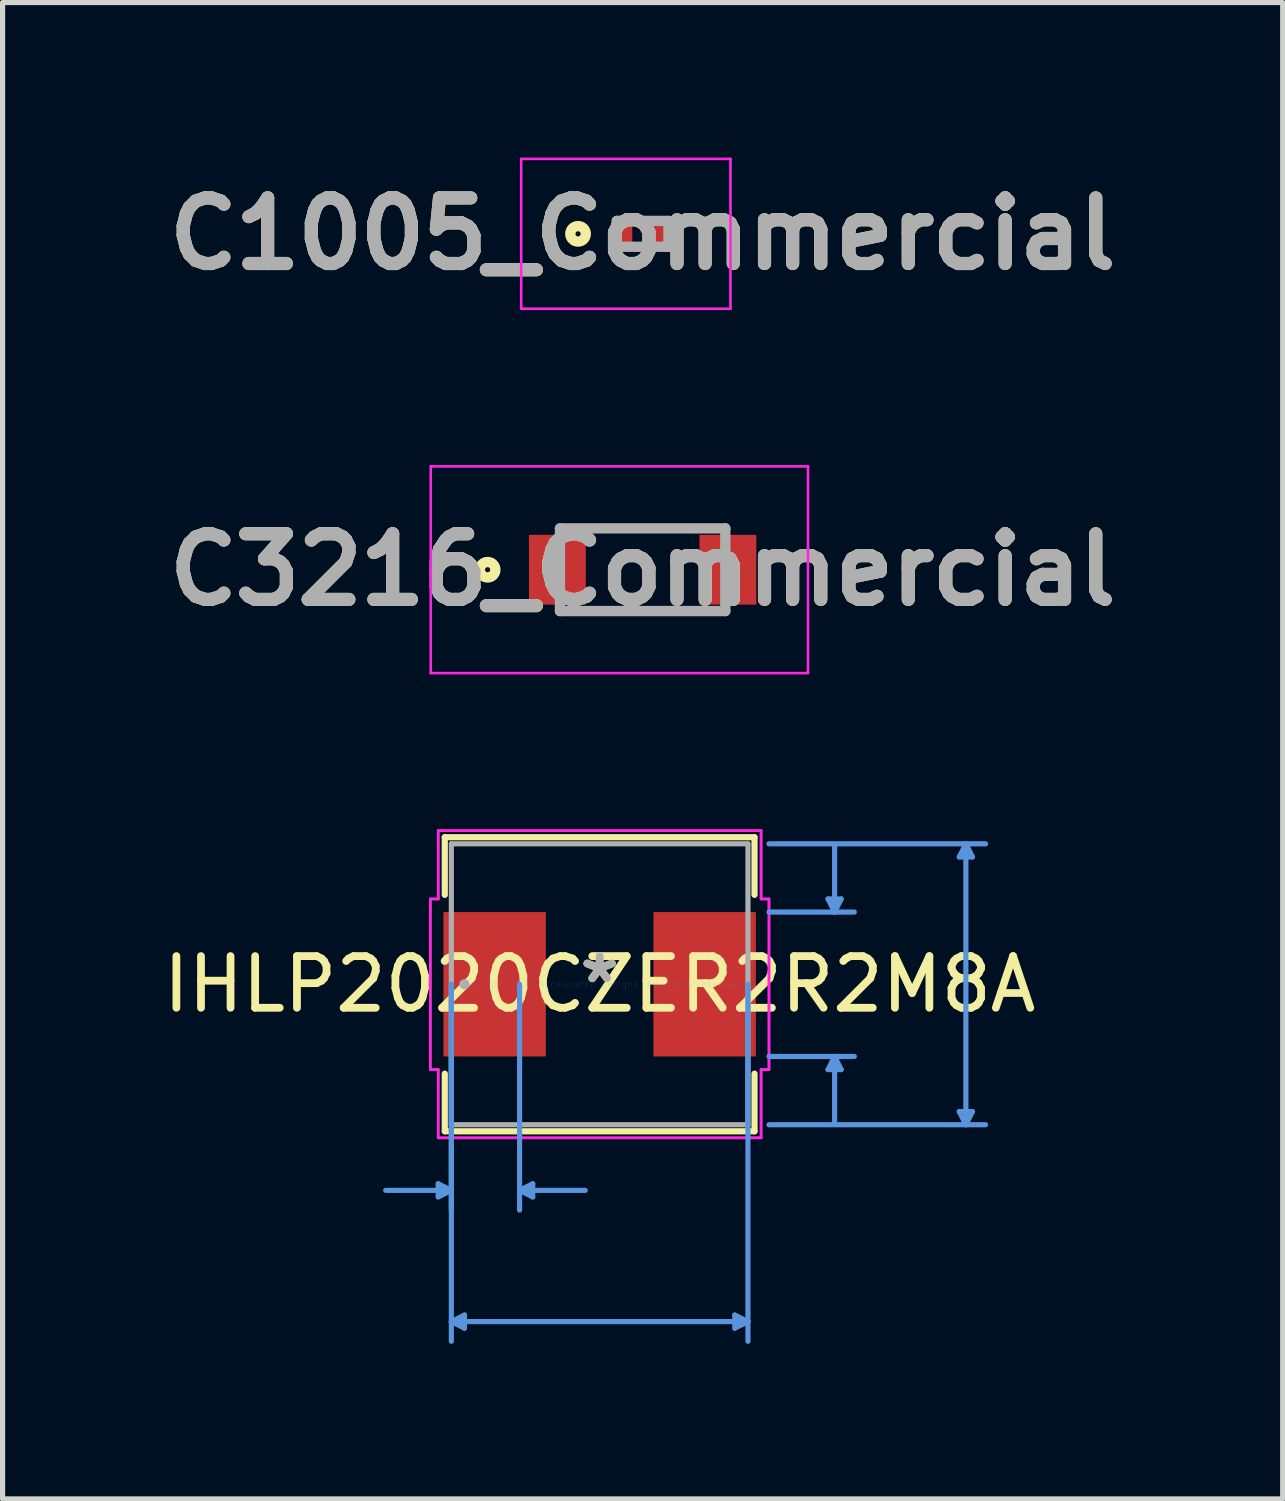
<source format=kicad_pcb>
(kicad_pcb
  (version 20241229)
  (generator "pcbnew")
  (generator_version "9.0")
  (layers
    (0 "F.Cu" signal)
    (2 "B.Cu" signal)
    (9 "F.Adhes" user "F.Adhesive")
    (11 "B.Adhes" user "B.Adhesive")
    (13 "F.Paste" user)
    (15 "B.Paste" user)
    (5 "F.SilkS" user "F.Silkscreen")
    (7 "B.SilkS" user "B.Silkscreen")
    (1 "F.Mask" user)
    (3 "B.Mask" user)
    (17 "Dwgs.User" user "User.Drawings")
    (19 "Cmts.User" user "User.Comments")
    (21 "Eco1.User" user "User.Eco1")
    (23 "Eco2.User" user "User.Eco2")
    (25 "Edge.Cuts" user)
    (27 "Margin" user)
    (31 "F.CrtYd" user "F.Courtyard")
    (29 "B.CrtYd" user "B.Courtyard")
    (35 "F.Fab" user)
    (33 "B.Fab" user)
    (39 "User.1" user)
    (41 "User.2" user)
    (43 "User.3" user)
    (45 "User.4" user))
  (footprint "C3216_Commercial"
    (layer "F.Cu")
    (at 9.386 7.975)
    (property "Reference" "C3216_Commercial" (at 0 0 0) (layer "F.SilkS") (effects (font (size 1.27 1.27) (thickness 0.254))))
    (attr smd)
    (fp_circle (center -3 0) (end -3 0.05) (stroke (width 0.2) (type solid)) (fill no) (layer "F.SilkS"))
    (fp_line (start -4.1 -2) (end 3.2 -2) (stroke (width 0.05) (type solid)) (layer "F.CrtYd"))
    (fp_line (start -4.1 2) (end -4.1 -2) (stroke (width 0.05) (type solid)) (layer "F.CrtYd"))
    (fp_line (start 3.2 -2) (end 3.2 2) (stroke (width 0.05) (type solid)) (layer "F.CrtYd"))
    (fp_line (start 3.2 2) (end -4.1 2) (stroke (width 0.05) (type solid)) (layer "F.CrtYd"))
    (fp_line (start -1.6 -0.8) (end 1.6 -0.8) (stroke (width 0.2) (type solid)) (layer "F.Fab"))
    (fp_line (start -1.6 0.8) (end -1.6 -0.8) (stroke (width 0.2) (type solid)) (layer "F.Fab"))
    (fp_line (start 1.6 -0.8) (end 1.6 0.8) (stroke (width 0.2) (type solid)) (layer "F.Fab"))
    (fp_line (start 1.6 0.8) (end -1.6 0.8) (stroke (width 0.2) (type solid)) (layer "F.Fab"))
    (fp_text user "${REFERENCE}" (at 0 0 0) (layer "F.Fab") (effects (font (size 1.27 1.27) (thickness 0.254))))
    (pad "1" smd rect (at -1.65 0) (size 1.1 1.35) (layers "F.Cu" "F.Mask" "F.Paste"))
    (pad "2" smd rect (at 1.65 0) (size 1.1 1.35) (layers "F.Cu" "F.Mask" "F.Paste")))
  (footprint "IHLP2020CZER2R2M8A"
    (layer "F.Cu")
    (at 8.554 15.997)
    (property "Reference" "IHLP2020CZER2R2M8A" (at 0 0 0) (layer "F.SilkS") (effects (font (size 1 1) (thickness 0.15))))
    (attr through_hole)
    (fp_line (start -2.997 -2.845) (end -2.997 -1.73) (stroke (width 0.12) (type solid)) (layer "F.SilkS"))
    (fp_line (start -2.997 1.73) (end -2.997 2.845) (stroke (width 0.12) (type solid)) (layer "F.SilkS"))
    (fp_line (start -2.997 2.845) (end 2.997 2.845) (stroke (width 0.12) (type solid)) (layer "F.SilkS"))
    (fp_line (start 2.997 -2.845) (end -2.997 -2.845) (stroke (width 0.12) (type solid)) (layer "F.SilkS"))
    (fp_line (start 2.997 -1.73) (end 2.997 -2.845) (stroke (width 0.12) (type solid)) (layer "F.SilkS"))
    (fp_line (start 2.997 2.845) (end 2.997 1.73) (stroke (width 0.12) (type solid)) (layer "F.SilkS"))
    (fp_line (start -3.124 3.861) (end -3.124 4.115) (stroke (width 0.1) (type solid)) (layer "Cmts.User"))
    (fp_line (start -2.87 0) (end -2.87 4.369) (stroke (width 0.1) (type solid)) (layer "Cmts.User"))
    (fp_line (start -2.87 0) (end -2.87 6.909) (stroke (width 0.1) (type solid)) (layer "Cmts.User"))
    (fp_line (start -2.87 3.988) (end -4.14 3.988) (stroke (width 0.1) (type solid)) (layer "Cmts.User"))
    (fp_line (start -2.87 3.988) (end -3.124 3.861) (stroke (width 0.1) (type solid)) (layer "Cmts.User"))
    (fp_line (start -2.87 3.988) (end -3.124 4.115) (stroke (width 0.1) (type solid)) (layer "Cmts.User"))
    (fp_line (start -2.87 6.528) (end -2.616 6.401) (stroke (width 0.1) (type solid)) (layer "Cmts.User"))
    (fp_line (start -2.87 6.528) (end -2.616 6.655) (stroke (width 0.1) (type solid)) (layer "Cmts.User"))
    (fp_line (start -2.87 6.528) (end 2.87 6.528) (stroke (width 0.1) (type solid)) (layer "Cmts.User"))
    (fp_line (start -2.616 6.401) (end -2.616 6.655) (stroke (width 0.1) (type solid)) (layer "Cmts.User"))
    (fp_line (start -1.549 0) (end -1.549 4.369) (stroke (width 0.1) (type solid)) (layer "Cmts.User"))
    (fp_line (start -1.549 3.988) (end -1.295 3.861) (stroke (width 0.1) (type solid)) (layer "Cmts.User"))
    (fp_line (start -1.549 3.988) (end -1.295 4.115) (stroke (width 0.1) (type solid)) (layer "Cmts.User"))
    (fp_line (start -1.549 3.988) (end -0.279 3.988) (stroke (width 0.1) (type solid)) (layer "Cmts.User"))
    (fp_line (start -1.295 3.861) (end -1.295 4.115) (stroke (width 0.1) (type solid)) (layer "Cmts.User"))
    (fp_line (start 2.616 6.401) (end 2.616 6.655) (stroke (width 0.1) (type solid)) (layer "Cmts.User"))
    (fp_line (start 2.87 0) (end 2.87 6.909) (stroke (width 0.1) (type solid)) (layer "Cmts.User"))
    (fp_line (start 2.87 6.528) (end 2.616 6.401) (stroke (width 0.1) (type solid)) (layer "Cmts.User"))
    (fp_line (start 2.87 6.528) (end 2.616 6.655) (stroke (width 0.1) (type solid)) (layer "Cmts.User"))
    (fp_line (start 3.277 -2.718) (end 7.468 -2.718) (stroke (width 0.1) (type solid)) (layer "Cmts.User"))
    (fp_line (start 3.277 -1.397) (end 4.928 -1.397) (stroke (width 0.1) (type solid)) (layer "Cmts.User"))
    (fp_line (start 3.277 1.397) (end 4.928 1.397) (stroke (width 0.1) (type solid)) (layer "Cmts.User"))
    (fp_line (start 3.277 2.718) (end 7.468 2.718) (stroke (width 0.1) (type solid)) (layer "Cmts.User"))
    (fp_line (start 4.42 -1.651) (end 4.674 -1.651) (stroke (width 0.1) (type solid)) (layer "Cmts.User"))
    (fp_line (start 4.42 1.651) (end 4.674 1.651) (stroke (width 0.1) (type solid)) (layer "Cmts.User"))
    (fp_line (start 4.547 -1.397) (end 4.42 -1.651) (stroke (width 0.1) (type solid)) (layer "Cmts.User"))
    (fp_line (start 4.547 -1.397) (end 4.547 -2.667) (stroke (width 0.1) (type solid)) (layer "Cmts.User"))
    (fp_line (start 4.547 -1.397) (end 4.674 -1.651) (stroke (width 0.1) (type solid)) (layer "Cmts.User"))
    (fp_line (start 4.547 1.397) (end 4.42 1.651) (stroke (width 0.1) (type solid)) (layer "Cmts.User"))
    (fp_line (start 4.547 1.397) (end 4.547 2.667) (stroke (width 0.1) (type solid)) (layer "Cmts.User"))
    (fp_line (start 4.547 1.397) (end 4.674 1.651) (stroke (width 0.1) (type solid)) (layer "Cmts.User"))
    (fp_line (start 6.96 -2.464) (end 7.214 -2.464) (stroke (width 0.1) (type solid)) (layer "Cmts.User"))
    (fp_line (start 6.96 2.464) (end 7.214 2.464) (stroke (width 0.1) (type solid)) (layer "Cmts.User"))
    (fp_line (start 7.087 -2.718) (end 6.96 -2.464) (stroke (width 0.1) (type solid)) (layer "Cmts.User"))
    (fp_line (start 7.087 -2.718) (end 7.087 2.718) (stroke (width 0.1) (type solid)) (layer "Cmts.User"))
    (fp_line (start 7.087 -2.718) (end 7.214 -2.464) (stroke (width 0.1) (type solid)) (layer "Cmts.User"))
    (fp_line (start 7.087 2.718) (end 6.96 2.464) (stroke (width 0.1) (type solid)) (layer "Cmts.User"))
    (fp_line (start 7.087 2.718) (end 7.214 2.464) (stroke (width 0.1) (type solid)) (layer "Cmts.User"))
    (fp_line (start -3.277 -1.651) (end -3.124 -1.651) (stroke (width 0.05) (type solid)) (layer "F.CrtYd"))
    (fp_line (start -3.277 -1.651) (end -3.124 -1.651) (stroke (width 0.05) (type solid)) (layer "F.CrtYd"))
    (fp_line (start -3.277 1.651) (end -3.277 -1.651) (stroke (width 0.05) (type solid)) (layer "F.CrtYd"))
    (fp_line (start -3.277 1.651) (end -3.277 -1.651) (stroke (width 0.05) (type solid)) (layer "F.CrtYd"))
    (fp_line (start -3.124 -2.972) (end 3.124 -2.972) (stroke (width 0.05) (type solid)) (layer "F.CrtYd"))
    (fp_line (start -3.124 -2.972) (end 3.124 -2.972) (stroke (width 0.05) (type solid)) (layer "F.CrtYd"))
    (fp_line (start -3.124 -1.651) (end -3.124 -2.972) (stroke (width 0.05) (type solid)) (layer "F.CrtYd"))
    (fp_line (start -3.124 -1.651) (end -3.124 -2.972) (stroke (width 0.05) (type solid)) (layer "F.CrtYd"))
    (fp_line (start -3.124 1.651) (end -3.277 1.651) (stroke (width 0.05) (type solid)) (layer "F.CrtYd"))
    (fp_line (start -3.124 1.651) (end -3.277 1.651) (stroke (width 0.05) (type solid)) (layer "F.CrtYd"))
    (fp_line (start -3.124 2.972) (end -3.124 1.651) (stroke (width 0.05) (type solid)) (layer "F.CrtYd"))
    (fp_line (start -3.124 2.972) (end -3.124 1.651) (stroke (width 0.05) (type solid)) (layer "F.CrtYd"))
    (fp_line (start 3.124 -2.972) (end 3.124 -1.651) (stroke (width 0.05) (type solid)) (layer "F.CrtYd"))
    (fp_line (start 3.124 -2.972) (end 3.124 -1.651) (stroke (width 0.05) (type solid)) (layer "F.CrtYd"))
    (fp_line (start 3.124 -1.651) (end 3.277 -1.651) (stroke (width 0.05) (type solid)) (layer "F.CrtYd"))
    (fp_line (start 3.124 -1.651) (end 3.277 -1.651) (stroke (width 0.05) (type solid)) (layer "F.CrtYd"))
    (fp_line (start 3.124 1.651) (end 3.124 2.972) (stroke (width 0.05) (type solid)) (layer "F.CrtYd"))
    (fp_line (start 3.124 1.651) (end 3.124 2.972) (stroke (width 0.05) (type solid)) (layer "F.CrtYd"))
    (fp_line (start 3.124 2.972) (end -3.124 2.972) (stroke (width 0.05) (type solid)) (layer "F.CrtYd"))
    (fp_line (start 3.124 2.972) (end -3.124 2.972) (stroke (width 0.05) (type solid)) (layer "F.CrtYd"))
    (fp_line (start 3.277 -1.651) (end 3.277 1.651) (stroke (width 0.05) (type solid)) (layer "F.CrtYd"))
    (fp_line (start 3.277 -1.651) (end 3.277 1.651) (stroke (width 0.05) (type solid)) (layer "F.CrtYd"))
    (fp_line (start 3.277 1.651) (end 3.124 1.651) (stroke (width 0.05) (type solid)) (layer "F.CrtYd"))
    (fp_line (start 3.277 1.651) (end 3.124 1.651) (stroke (width 0.05) (type solid)) (layer "F.CrtYd"))
    (fp_line (start -2.87 -2.718) (end -2.87 2.718) (stroke (width 0.1) (type solid)) (layer "F.Fab"))
    (fp_line (start -2.87 2.718) (end 2.87 2.718) (stroke (width 0.1) (type solid)) (layer "F.Fab"))
    (fp_line (start 2.87 -2.718) (end -2.87 -2.718) (stroke (width 0.1) (type solid)) (layer "F.Fab"))
    (fp_line (start 2.87 2.718) (end 2.87 -2.718) (stroke (width 0.1) (type solid)) (layer "F.Fab"))
    (fp_circle (center -2.616 0) (end -2.616 0) (stroke (width 0.1) (type solid)) (fill no) (layer "F.Fab"))
    (fp_text user "*" (at 0 0 0) (layer "F.SilkS") (effects (font (size 1 1) (thickness 0.15))))
    (fp_text user "Copyright 2021 Accelerated Designs. All rights reserved." (at 0 0 0) (layer "Cmts.User") (effects (font (size 0.127 0.127) (thickness 0.002))))
    (fp_text user "*" (at 0 0 0) (layer "F.Fab") (effects (font (size 1 1) (thickness 0.15))))
    (pad "1" smd rect (at -2.032 0 90) (size 2.794 1.981) (layers "F.Cu" "F.Mask" "F.Paste"))
    (pad "2" smd rect (at 2.032 0 90) (size 2.794 1.981) (layers "F.Cu" "F.Mask" "F.Paste")))
  (footprint "C1005_Commercial"
    (layer "F.Cu")
    (at 9.386 1.475)
    (property "Reference" "C1005_Commercial" (at 0 0 0) (layer "F.SilkS") (effects (font (size 1.27 1.27) (thickness 0.254))))
    (attr smd)
    (fp_circle (center -1.25 0) (end -1.25 0.05) (stroke (width 0.2) (type solid)) (fill no) (layer "F.SilkS"))
    (fp_line (start -2.35 -1.45) (end 1.7 -1.45) (stroke (width 0.05) (type solid)) (layer "F.CrtYd"))
    (fp_line (start -2.35 1.45) (end -2.35 -1.45) (stroke (width 0.05) (type solid)) (layer "F.CrtYd"))
    (fp_line (start 1.7 -1.45) (end 1.7 1.45) (stroke (width 0.05) (type solid)) (layer "F.CrtYd"))
    (fp_line (start 1.7 1.45) (end -2.35 1.45) (stroke (width 0.05) (type solid)) (layer "F.CrtYd"))
    (fp_line (start -0.5 -0.25) (end 0.5 -0.25) (stroke (width 0.2) (type solid)) (layer "F.Fab"))
    (fp_line (start -0.5 0.25) (end -0.5 -0.25) (stroke (width 0.2) (type solid)) (layer "F.Fab"))
    (fp_line (start 0.5 -0.25) (end 0.5 0.25) (stroke (width 0.2) (type solid)) (layer "F.Fab"))
    (fp_line (start 0.5 0.25) (end -0.5 0.25) (stroke (width 0.2) (type solid)) (layer "F.Fab"))
    (fp_text user "${REFERENCE}" (at 0 0 0) (layer "F.Fab") (effects (font (size 1.27 1.27) (thickness 0.254))))
    (pad "1" smd rect (at -0.4 0) (size 0.4 0.5) (layers "F.Cu" "F.Mask" "F.Paste"))
    (pad "2" smd rect (at 0.4 0) (size 0.4 0.5) (layers "F.Cu" "F.Mask" "F.Paste")))
  (gr_rect
    (start -3 -3)
    (end 21.772 25.956)
    (stroke (width 0.1) (type default))
    (fill no)
    (layer "Edge.Cuts")))
</source>
